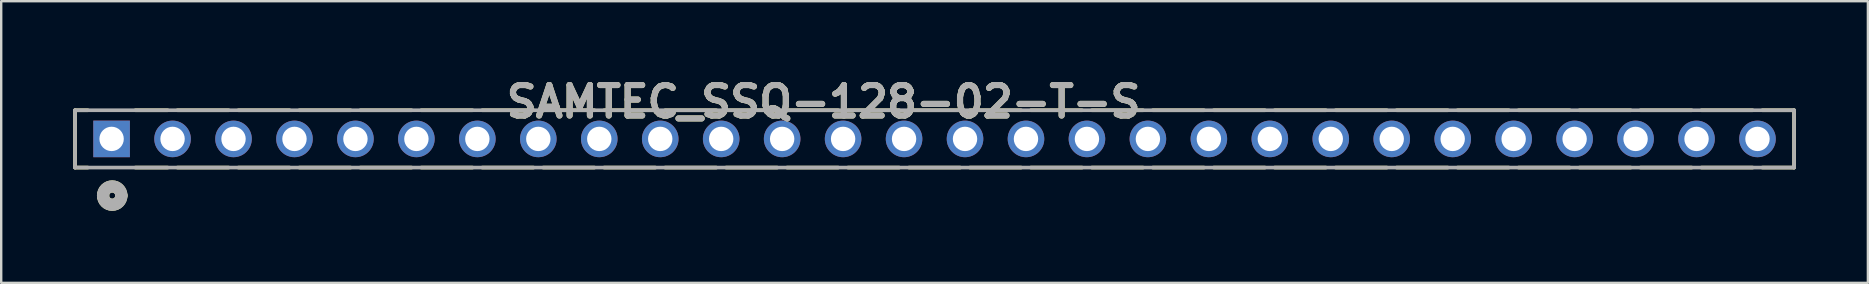
<source format=kicad_pcb>
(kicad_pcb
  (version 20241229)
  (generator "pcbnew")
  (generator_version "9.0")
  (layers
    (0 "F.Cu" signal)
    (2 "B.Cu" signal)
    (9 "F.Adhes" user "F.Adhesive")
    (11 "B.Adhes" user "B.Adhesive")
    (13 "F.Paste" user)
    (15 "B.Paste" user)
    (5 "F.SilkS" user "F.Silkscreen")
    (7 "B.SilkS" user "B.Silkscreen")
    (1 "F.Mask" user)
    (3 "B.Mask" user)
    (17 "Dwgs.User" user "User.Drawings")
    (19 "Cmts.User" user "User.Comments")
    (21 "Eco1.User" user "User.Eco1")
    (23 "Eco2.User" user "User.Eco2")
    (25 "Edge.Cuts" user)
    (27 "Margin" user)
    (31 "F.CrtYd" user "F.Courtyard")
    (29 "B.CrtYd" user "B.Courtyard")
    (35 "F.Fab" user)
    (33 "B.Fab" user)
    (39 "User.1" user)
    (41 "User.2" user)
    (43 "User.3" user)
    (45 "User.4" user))
  (footprint "SAMTEC_SSQ-128-02-T-S"
    (layer "F.Cu")
    (at 70.18 2.738)
    (property "Reference" "SAMTEC_SSQ-128-02-T-S" (at -38.913 -1.549 0) (layer "F.SilkS") (effects (font (size 1.27 1.27) (thickness 0.254))))
    (attr through_hole)
    (fp_line (start -70.104 -1.194) (end -70.104 1.194) (stroke (width 0.152) (type solid)) (layer "F.SilkS"))
    (fp_line (start -70.104 1.194) (end -69.571 1.194) (stroke (width 0.152) (type solid)) (layer "F.SilkS"))
    (fp_line (start -69.571 -1.194) (end -70.104 -1.194) (stroke (width 0.152) (type solid)) (layer "F.SilkS"))
    (fp_line (start -67.589 1.194) (end -66.243 1.194) (stroke (width 0.152) (type solid)) (layer "F.SilkS"))
    (fp_line (start -66.243 -1.194) (end -67.589 -1.194) (stroke (width 0.152) (type solid)) (layer "F.SilkS"))
    (fp_line (start -65.837 1.194) (end -63.703 1.194) (stroke (width 0.152) (type solid)) (layer "F.SilkS"))
    (fp_line (start -63.703 -1.194) (end -65.837 -1.194) (stroke (width 0.152) (type solid)) (layer "F.SilkS"))
    (fp_line (start -63.297 1.194) (end -61.163 1.194) (stroke (width 0.152) (type solid)) (layer "F.SilkS"))
    (fp_line (start -61.163 -1.194) (end -63.297 -1.194) (stroke (width 0.152) (type solid)) (layer "F.SilkS"))
    (fp_line (start -60.757 1.194) (end -58.623 1.194) (stroke (width 0.152) (type solid)) (layer "F.SilkS"))
    (fp_line (start -58.623 -1.194) (end -60.757 -1.194) (stroke (width 0.152) (type solid)) (layer "F.SilkS"))
    (fp_line (start -58.217 1.194) (end -56.083 1.194) (stroke (width 0.152) (type solid)) (layer "F.SilkS"))
    (fp_line (start -56.083 -1.194) (end -58.217 -1.194) (stroke (width 0.152) (type solid)) (layer "F.SilkS"))
    (fp_line (start -55.677 1.194) (end -53.543 1.194) (stroke (width 0.152) (type solid)) (layer "F.SilkS"))
    (fp_line (start -53.543 -1.194) (end -55.677 -1.194) (stroke (width 0.152) (type solid)) (layer "F.SilkS"))
    (fp_line (start -53.137 1.194) (end -51.003 1.194) (stroke (width 0.152) (type solid)) (layer "F.SilkS"))
    (fp_line (start -51.003 -1.194) (end -53.137 -1.194) (stroke (width 0.152) (type solid)) (layer "F.SilkS"))
    (fp_line (start -50.597 1.194) (end -48.463 1.194) (stroke (width 0.152) (type solid)) (layer "F.SilkS"))
    (fp_line (start -48.463 -1.194) (end -50.597 -1.194) (stroke (width 0.152) (type solid)) (layer "F.SilkS"))
    (fp_line (start -48.057 1.194) (end -45.923 1.194) (stroke (width 0.152) (type solid)) (layer "F.SilkS"))
    (fp_line (start -45.923 -1.194) (end -48.057 -1.194) (stroke (width 0.152) (type solid)) (layer "F.SilkS"))
    (fp_line (start -45.517 1.194) (end -43.383 1.194) (stroke (width 0.152) (type solid)) (layer "F.SilkS"))
    (fp_line (start -43.383 -1.194) (end -45.517 -1.194) (stroke (width 0.152) (type solid)) (layer "F.SilkS"))
    (fp_line (start -42.977 1.194) (end -40.843 1.194) (stroke (width 0.152) (type solid)) (layer "F.SilkS"))
    (fp_line (start -40.843 -1.194) (end -42.977 -1.194) (stroke (width 0.152) (type solid)) (layer "F.SilkS"))
    (fp_line (start -40.437 1.194) (end -38.303 1.194) (stroke (width 0.152) (type solid)) (layer "F.SilkS"))
    (fp_line (start -38.303 -1.194) (end -40.437 -1.194) (stroke (width 0.152) (type solid)) (layer "F.SilkS"))
    (fp_line (start -37.897 1.194) (end -35.763 1.194) (stroke (width 0.152) (type solid)) (layer "F.SilkS"))
    (fp_line (start -35.763 -1.194) (end -37.897 -1.194) (stroke (width 0.152) (type solid)) (layer "F.SilkS"))
    (fp_line (start -35.357 1.194) (end -33.223 1.194) (stroke (width 0.152) (type solid)) (layer "F.SilkS"))
    (fp_line (start -33.223 -1.194) (end -35.357 -1.194) (stroke (width 0.152) (type solid)) (layer "F.SilkS"))
    (fp_line (start -32.817 1.194) (end -30.683 1.194) (stroke (width 0.152) (type solid)) (layer "F.SilkS"))
    (fp_line (start -30.683 -1.194) (end -32.817 -1.194) (stroke (width 0.152) (type solid)) (layer "F.SilkS"))
    (fp_line (start -30.277 1.194) (end -28.143 1.194) (stroke (width 0.152) (type solid)) (layer "F.SilkS"))
    (fp_line (start -28.143 -1.194) (end -30.277 -1.194) (stroke (width 0.152) (type solid)) (layer "F.SilkS"))
    (fp_line (start -27.737 1.194) (end -25.603 1.194) (stroke (width 0.152) (type solid)) (layer "F.SilkS"))
    (fp_line (start -25.603 -1.194) (end -27.737 -1.194) (stroke (width 0.152) (type solid)) (layer "F.SilkS"))
    (fp_line (start -25.197 1.194) (end -23.063 1.194) (stroke (width 0.152) (type solid)) (layer "F.SilkS"))
    (fp_line (start -23.063 -1.194) (end -25.197 -1.194) (stroke (width 0.152) (type solid)) (layer "F.SilkS"))
    (fp_line (start -22.657 1.194) (end -20.523 1.194) (stroke (width 0.152) (type solid)) (layer "F.SilkS"))
    (fp_line (start -20.523 -1.194) (end -22.657 -1.194) (stroke (width 0.152) (type solid)) (layer "F.SilkS"))
    (fp_line (start -20.117 1.194) (end -17.983 1.194) (stroke (width 0.152) (type solid)) (layer "F.SilkS"))
    (fp_line (start -17.983 -1.194) (end -20.117 -1.194) (stroke (width 0.152) (type solid)) (layer "F.SilkS"))
    (fp_line (start -17.577 1.194) (end -15.443 1.194) (stroke (width 0.152) (type solid)) (layer "F.SilkS"))
    (fp_line (start -15.443 -1.194) (end -17.577 -1.194) (stroke (width 0.152) (type solid)) (layer "F.SilkS"))
    (fp_line (start -15.037 1.194) (end -12.903 1.194) (stroke (width 0.152) (type solid)) (layer "F.SilkS"))
    (fp_line (start -12.903 -1.194) (end -15.037 -1.194) (stroke (width 0.152) (type solid)) (layer "F.SilkS"))
    (fp_line (start -12.497 1.194) (end -10.363 1.194) (stroke (width 0.152) (type solid)) (layer "F.SilkS"))
    (fp_line (start -10.363 -1.194) (end -12.497 -1.194) (stroke (width 0.152) (type solid)) (layer "F.SilkS"))
    (fp_line (start -9.957 1.194) (end -7.823 1.194) (stroke (width 0.152) (type solid)) (layer "F.SilkS"))
    (fp_line (start -7.823 -1.194) (end -9.957 -1.194) (stroke (width 0.152) (type solid)) (layer "F.SilkS"))
    (fp_line (start -7.417 1.194) (end -5.283 1.194) (stroke (width 0.152) (type solid)) (layer "F.SilkS"))
    (fp_line (start -5.283 -1.194) (end -7.417 -1.194) (stroke (width 0.152) (type solid)) (layer "F.SilkS"))
    (fp_line (start -4.877 1.194) (end -2.743 1.194) (stroke (width 0.152) (type solid)) (layer "F.SilkS"))
    (fp_line (start -2.743 -1.194) (end -4.877 -1.194) (stroke (width 0.152) (type solid)) (layer "F.SilkS"))
    (fp_line (start -2.337 1.194) (end -0.203 1.194) (stroke (width 0.152) (type solid)) (layer "F.SilkS"))
    (fp_line (start -0.203 -1.194) (end -2.337 -1.194) (stroke (width 0.152) (type solid)) (layer "F.SilkS"))
    (fp_line (start 0.203 1.194) (end 1.524 1.194) (stroke (width 0.152) (type solid)) (layer "F.SilkS"))
    (fp_line (start 1.524 -1.194) (end 0.203 -1.194) (stroke (width 0.152) (type solid)) (layer "F.SilkS"))
    (fp_line (start 1.524 1.194) (end 1.524 -1.194) (stroke (width 0.152) (type solid)) (layer "F.SilkS"))
    (fp_arc (start -68.9356 2.3622) (mid -68.5546 1.9812) (end -68.1736 2.3622) (stroke (width 0.508) (type solid)) (layer "F.SilkS"))
    (fp_arc (start -68.1736 2.3622) (mid -68.5546 2.7432) (end -68.9356 2.3622) (stroke (width 0.508) (type solid)) (layer "F.SilkS"))
    (fp_line (start -70.104 -1.194) (end -70.104 1.194) (stroke (width 0.152) (type solid)) (layer "F.Fab"))
    (fp_line (start -70.104 1.194) (end 1.524 1.194) (stroke (width 0.152) (type solid)) (layer "F.Fab"))
    (fp_line (start 1.524 -1.194) (end -70.104 -1.194) (stroke (width 0.152) (type solid)) (layer "F.Fab"))
    (fp_line (start 1.524 1.194) (end 1.524 -1.194) (stroke (width 0.152) (type solid)) (layer "F.Fab"))
    (fp_arc (start -68.9356 2.3622) (mid -68.5546 1.9812) (end -68.1736 2.3622) (stroke (width 0.508) (type solid)) (layer "F.Fab"))
    (fp_arc (start -68.1736 2.3622) (mid -68.5546 2.7432) (end -68.9356 2.3622) (stroke (width 0.508) (type solid)) (layer "F.Fab"))
    (fp_text user "${REFERENCE}" (at -38.913 -1.549 0) (layer "F.Fab") (effects (font (size 1.27 1.27) (thickness 0.254))))
    (pad "1" thru_hole rect (at -68.58 0) (size 1.524 1.524) (drill 1.016) (layers "*.Cu" "*.Mask"))
    (pad "2" thru_hole circle (at -66.04 0) (size 1.524 1.524) (drill 1.016) (layers "*.Cu" "*.Mask"))
    (pad "3" thru_hole circle (at -63.5 0) (size 1.524 1.524) (drill 1.016) (layers "*.Cu" "*.Mask"))
    (pad "4" thru_hole circle (at -60.96 0) (size 1.524 1.524) (drill 1.016) (layers "*.Cu" "*.Mask"))
    (pad "5" thru_hole circle (at -58.42 0) (size 1.524 1.524) (drill 1.016) (layers "*.Cu" "*.Mask"))
    (pad "6" thru_hole circle (at -55.88 0) (size 1.524 1.524) (drill 1.016) (layers "*.Cu" "*.Mask"))
    (pad "7" thru_hole circle (at -53.34 0) (size 1.524 1.524) (drill 1.016) (layers "*.Cu" "*.Mask"))
    (pad "8" thru_hole circle (at -50.8 0) (size 1.524 1.524) (drill 1.016) (layers "*.Cu" "*.Mask"))
    (pad "9" thru_hole circle (at -48.26 0) (size 1.524 1.524) (drill 1.016) (layers "*.Cu" "*.Mask"))
    (pad "10" thru_hole circle (at -45.72 0) (size 1.524 1.524) (drill 1.016) (layers "*.Cu" "*.Mask"))
    (pad "11" thru_hole circle (at -43.18 0) (size 1.524 1.524) (drill 1.016) (layers "*.Cu" "*.Mask"))
    (pad "12" thru_hole circle (at -40.64 0) (size 1.524 1.524) (drill 1.016) (layers "*.Cu" "*.Mask"))
    (pad "13" thru_hole circle (at -38.1 0) (size 1.524 1.524) (drill 1.016) (layers "*.Cu" "*.Mask"))
    (pad "14" thru_hole circle (at -35.56 0) (size 1.524 1.524) (drill 1.016) (layers "*.Cu" "*.Mask"))
    (pad "15" thru_hole circle (at -33.02 0) (size 1.524 1.524) (drill 1.016) (layers "*.Cu" "*.Mask"))
    (pad "16" thru_hole circle (at -30.48 0) (size 1.524 1.524) (drill 1.016) (layers "*.Cu" "*.Mask"))
    (pad "17" thru_hole circle (at -27.94 0) (size 1.524 1.524) (drill 1.016) (layers "*.Cu" "*.Mask"))
    (pad "18" thru_hole circle (at -25.4 0) (size 1.524 1.524) (drill 1.016) (layers "*.Cu" "*.Mask"))
    (pad "19" thru_hole circle (at -22.86 0) (size 1.524 1.524) (drill 1.016) (layers "*.Cu" "*.Mask"))
    (pad "20" thru_hole circle (at -20.32 0) (size 1.524 1.524) (drill 1.016) (layers "*.Cu" "*.Mask"))
    (pad "21" thru_hole circle (at -17.78 0) (size 1.524 1.524) (drill 1.016) (layers "*.Cu" "*.Mask"))
    (pad "22" thru_hole circle (at -15.24 0) (size 1.524 1.524) (drill 1.016) (layers "*.Cu" "*.Mask"))
    (pad "23" thru_hole circle (at -12.7 0) (size 1.524 1.524) (drill 1.016) (layers "*.Cu" "*.Mask"))
    (pad "24" thru_hole circle (at -10.16 0) (size 1.524 1.524) (drill 1.016) (layers "*.Cu" "*.Mask"))
    (pad "25" thru_hole circle (at -7.62 0) (size 1.524 1.524) (drill 1.016) (layers "*.Cu" "*.Mask"))
    (pad "26" thru_hole circle (at -5.08 0) (size 1.524 1.524) (drill 1.016) (layers "*.Cu" "*.Mask"))
    (pad "27" thru_hole circle (at -2.54 0) (size 1.524 1.524) (drill 1.016) (layers "*.Cu" "*.Mask"))
    (pad "28" thru_hole circle (at 0 0) (size 1.524 1.524) (drill 1.016) (layers "*.Cu" "*.Mask")))
  (gr_rect
    (start -3 -3)
    (end 74.78 8.735)
    (stroke (width 0.1) (type default))
    (fill no)
    (layer "Edge.Cuts")))
</source>
